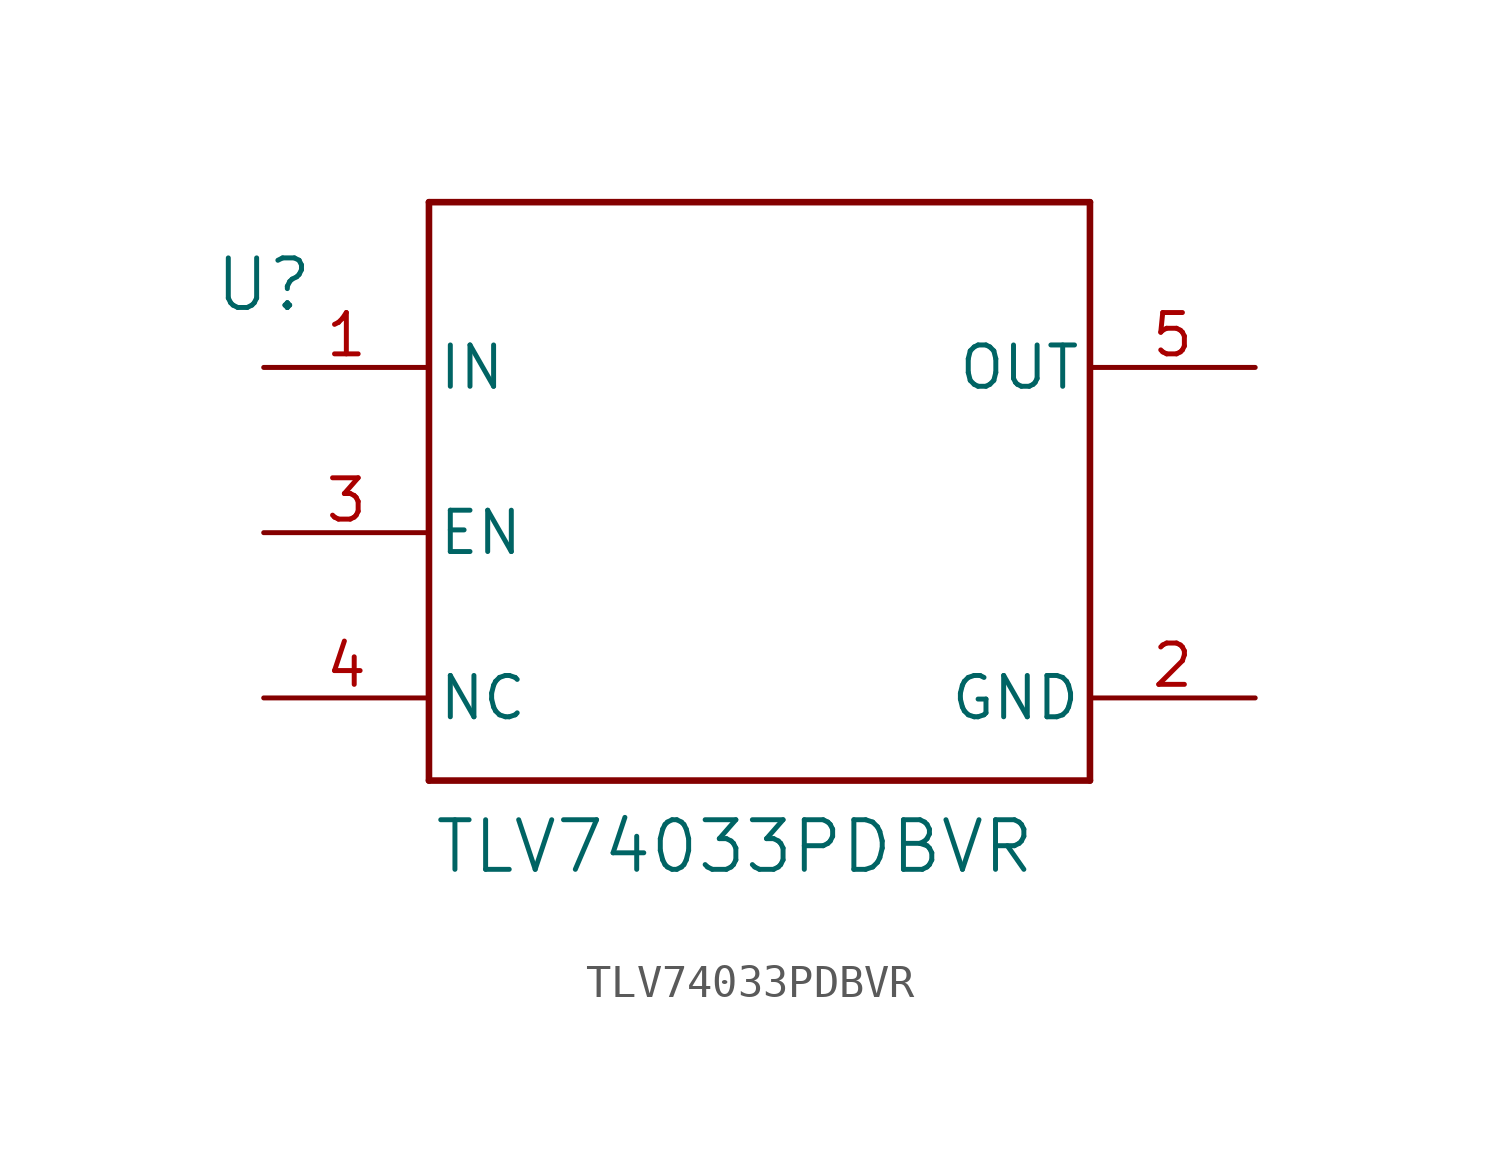
<source format=kicad_sym>
(kicad_symbol_lib
  (version 20231120)
  (generator "kicad_symbol_editor")
  (generator_version "8.0")
  (symbol "TLV74033PDBVR"
    (pin_names
      (offset 0.254))
    (property "Reference" "U"
      (at 0 2.54 0)
      (effects (font (size 1.524 1.524))))
    (property "Value" "TLV74033PDBVR"
      (at 14.478 -14.732 0)
      (effects (font (size 1.524 1.524))))
    (symbol "TLV74033PDBVR_0_1"
      (polyline (pts (xy 5.08 -12.7) (xy 25.4 -12.7)) (stroke (width 0.203) (type default)) (fill (type none)))
      (polyline (pts (xy 5.08 5.08) (xy 5.08 -12.7)) (stroke (width 0.203) (type default)) (fill (type none)))
      (polyline (pts (xy 25.4 -12.7) (xy 25.4 5.08)) (stroke (width 0.203) (type default)) (fill (type none)))
      (polyline (pts (xy 25.4 5.08) (xy 5.08 5.08)) (stroke (width 0.203) (type default)) (fill (type none)))
      (pin power_in line (at 0 0 0) (length 5.08) (name "IN" (effects (font (size 1.27 1.27)))) (number "1" (effects (font (size 1.27 1.27)))))
      (pin power_in line (at 30.48 -10.16 180) (length 5.08) (name "GND" (effects (font (size 1.27 1.27)))) (number "2" (effects (font (size 1.27 1.27)))))
      (pin input line (at 0 -5.08 0) (length 5.08) (name "EN" (effects (font (size 1.27 1.27)))) (number "3" (effects (font (size 1.27 1.27)))))
      (pin unspecified line (at 0 -10.16 0) (length 5.08) (name "NC" (effects (font (size 1.27 1.27)))) (number "4" (effects (font (size 1.27 1.27)))))
      (pin unspecified line (at 30.48 0 180) (length 5.08) (name "OUT" (effects (font (size 1.27 1.27)))) (number "5" (effects (font (size 1.27 1.27))))))))
</source>
